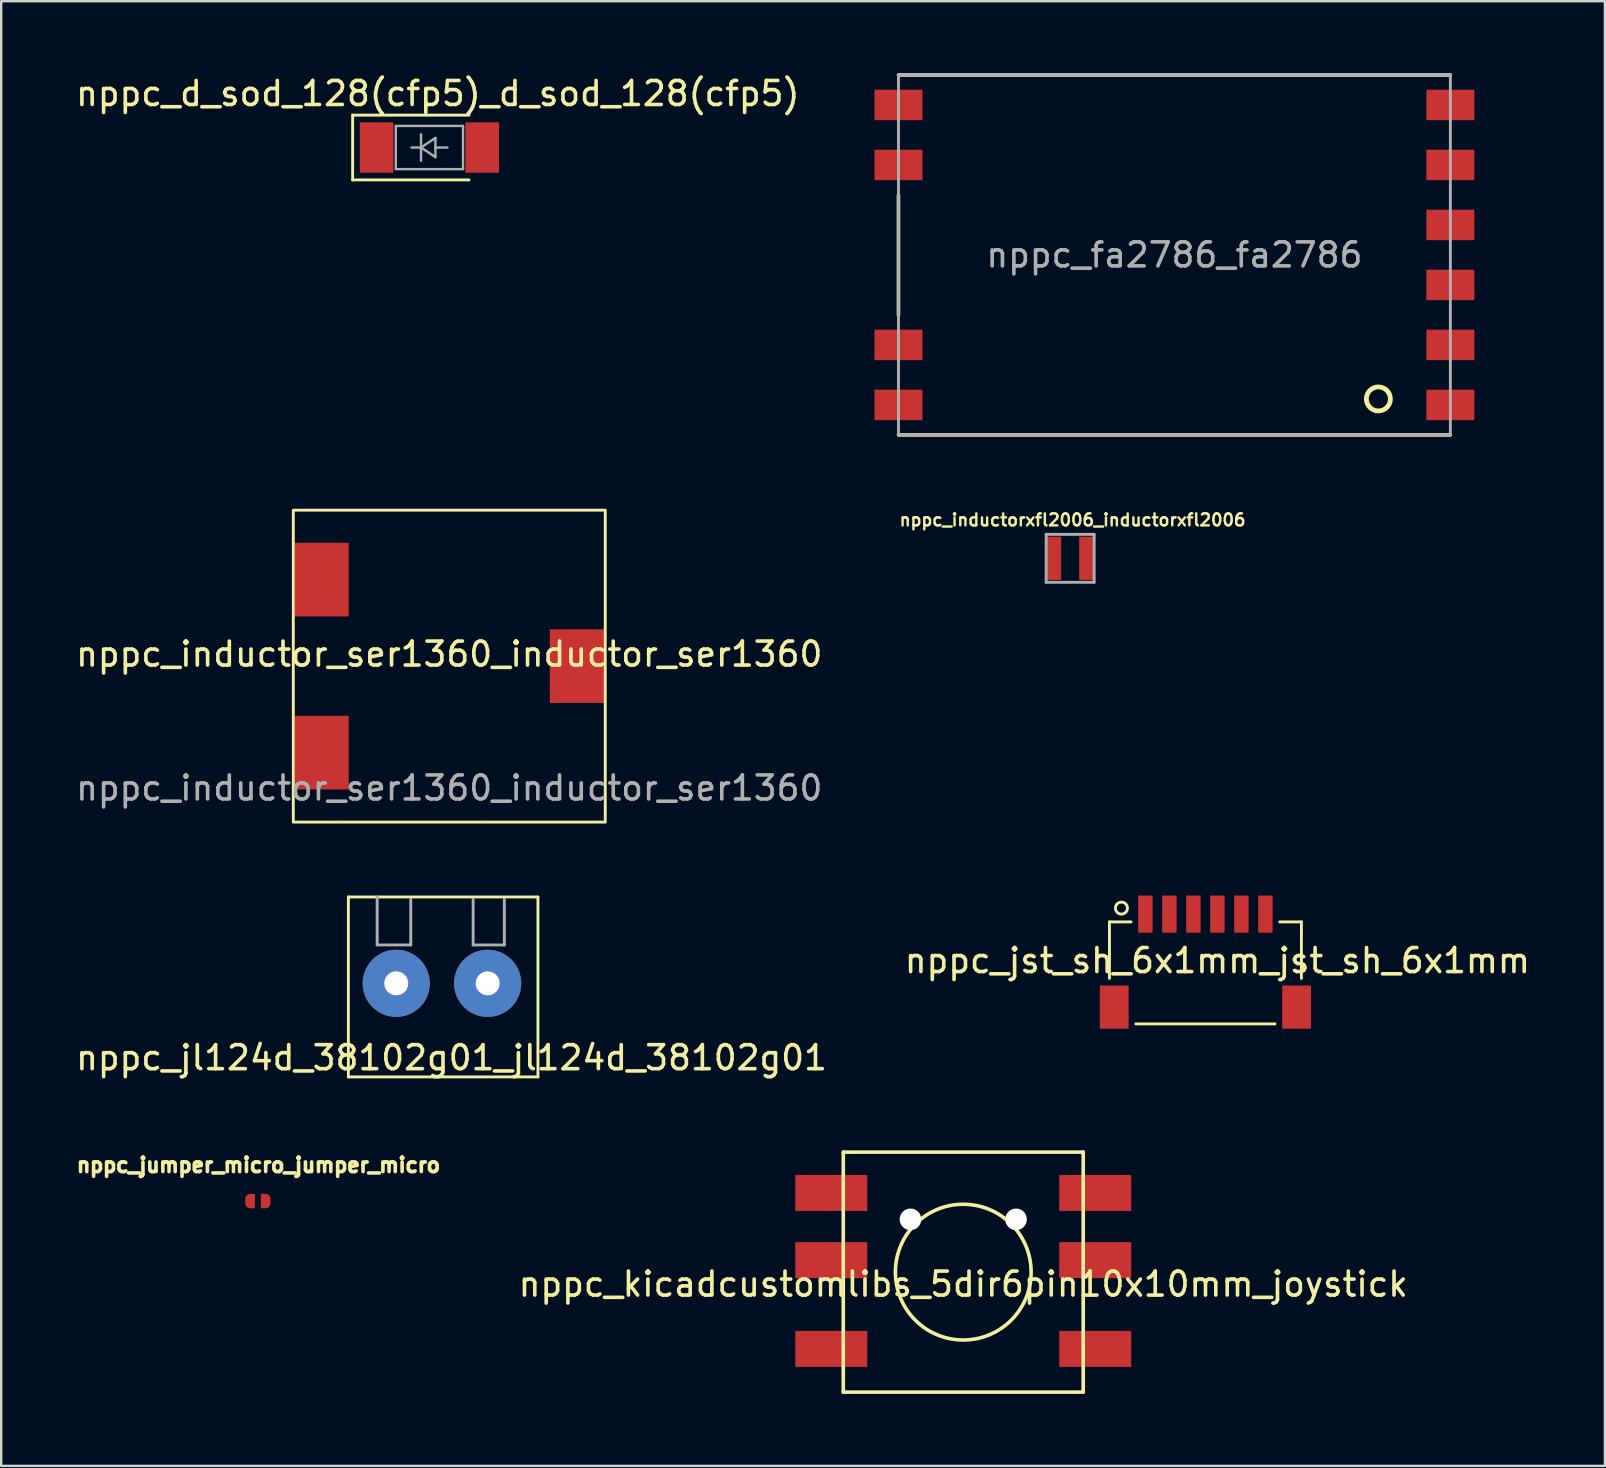
<source format=kicad_pcb>
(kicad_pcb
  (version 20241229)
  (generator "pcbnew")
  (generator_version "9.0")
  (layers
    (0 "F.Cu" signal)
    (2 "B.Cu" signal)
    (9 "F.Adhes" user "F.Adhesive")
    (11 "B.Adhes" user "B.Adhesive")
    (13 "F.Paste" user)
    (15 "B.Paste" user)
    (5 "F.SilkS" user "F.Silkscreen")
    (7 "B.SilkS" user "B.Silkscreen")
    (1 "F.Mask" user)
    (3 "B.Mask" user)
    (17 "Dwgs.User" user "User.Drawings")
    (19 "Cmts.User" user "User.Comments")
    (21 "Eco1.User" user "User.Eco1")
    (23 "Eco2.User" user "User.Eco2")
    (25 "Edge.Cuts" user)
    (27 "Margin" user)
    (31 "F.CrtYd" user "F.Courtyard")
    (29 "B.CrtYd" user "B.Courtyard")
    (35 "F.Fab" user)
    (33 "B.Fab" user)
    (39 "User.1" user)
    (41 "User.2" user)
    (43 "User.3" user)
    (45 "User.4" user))
  (footprint "nppc_jst_sh_6x1mm_jst_sh_6x1mm"
    (layer "F.Cu")
    (at 47.185 36.983)
    (property "Reference" "nppc_jst_sh_6x1mm_jst_sh_6x1mm" (at 0.5 0 0) (layer "F.SilkS") (effects (font (size 1 1) (thickness 0.15))))
    (attr smd)
    (fp_line (start -4 -1.613) (end -3.1 -1.613) (stroke (width 0.12) (type solid)) (layer "F.SilkS"))
    (fp_line (start -4 -0.412) (end -4 -0.412) (stroke (width 0.12) (type solid)) (layer "F.SilkS"))
    (fp_line (start -4 0.738) (end -4 -1.613) (stroke (width 0.12) (type solid)) (layer "F.SilkS"))
    (fp_line (start -2.9 2.638) (end 2.9 2.638) (stroke (width 0.12) (type solid)) (layer "F.SilkS"))
    (fp_line (start 4 -1.613) (end 3.1 -1.613) (stroke (width 0.12) (type solid)) (layer "F.SilkS"))
    (fp_line (start 4 -1.113) (end 4 -1.113) (stroke (width 0.12) (type solid)) (layer "F.SilkS"))
    (fp_line (start 4 0.738) (end 4 -1.613) (stroke (width 0.12) (type solid)) (layer "F.SilkS"))
    (fp_circle (center -3.5 -2.188) (end -3.25 -2.188) (stroke (width 0.12) (type solid)) (fill no) (layer "F.SilkS"))
    (pad "" smd rect (at -3.8 1.938) (size 1.2 1.8) (layers "F.Cu" "F.Mask" "F.Paste"))
    (pad "" smd rect (at 3.8 1.938) (size 1.2 1.8) (layers "F.Cu" "F.Mask" "F.Paste"))
    (pad "1" smd rect (at -2.5 -1.938) (size 0.6 1.55) (layers "F.Cu" "F.Mask" "F.Paste"))
    (pad "2" smd rect (at -1.5 -1.938) (size 0.6 1.55) (layers "F.Cu" "F.Mask" "F.Paste"))
    (pad "3" smd rect (at -0.5 -1.938) (size 0.6 1.55) (layers "F.Cu" "F.Mask" "F.Paste"))
    (pad "4" smd rect (at 0.5 -1.938) (size 0.6 1.55) (layers "F.Cu" "F.Mask" "F.Paste"))
    (pad "5" smd rect (at 1.5 -1.938) (size 0.6 1.55) (layers "F.Cu" "F.Mask" "F.Paste"))
    (pad "6" smd rect (at 2.5 -1.938) (size 0.6 1.55) (layers "F.Cu" "F.Mask" "F.Paste")))
  (footprint "nppc_jumper_micro_jumper_micro"
    (layer "F.Cu")
    (at 7.722 47.004)
    (property "Reference" "nppc_jumper_micro_jumper_micro" (at 0 -1.5 0) (layer "F.SilkS") (effects (font (size 0.6 0.6) (thickness 0.15))))
    (attr exclude_from_pos_files exclude_from_bom)
    (pad "1" smd custom (at -0.35 0) (size 0.4 0.25) (layers "F.Cu" "F.Mask") (options (anchor rect)) (primitives (gr_circle (center 0 0.1) (end 0.2 0.1) (width 0) (fill yes)) (gr_circle (center 0 -0.1) (end 0.2 -0.1) (width 0) (fill yes)) (gr_poly (pts (xy 0 -0.3) (xy 0.2 -0.3) (xy 0.2 0.3) (xy 0 0.3)) (width 0) (fill yes))))
    (pad "2" smd custom (at 0.3 0 180) (size 0.4 0.25) (layers "F.Cu" "F.Mask") (options (anchor rect)) (primitives (gr_circle (center 0 0.1) (end 0.2 0.1) (width 0) (fill yes)) (gr_circle (center 0 -0.1) (end 0.2 -0.1) (width 0) (fill yes)) (gr_poly (pts (xy 0 -0.3) (xy 0.2 -0.3) (xy 0.2 0.3) (xy 0 0.3)) (width 0) (fill yes)))))
  (footprint "nppc_jl124d_38102g01_jl124d_38102g01"
    (layer "F.Cu")
    (at 15.368 37.93)
    (property "Reference" "nppc_jl124d_38102g01_jl124d_38102g01" (at 0.4 3.1 0) (layer "F.SilkS") (effects (font (size 1 1) (thickness 0.15))))
    (attr through_hole)
    (fp_line (start -3.9 -3.6) (end 4 -3.6) (stroke (width 0.12) (type solid)) (layer "F.SilkS"))
    (fp_line (start -3.9 3.9) (end -3.9 -3.6) (stroke (width 0.12) (type solid)) (layer "F.SilkS"))
    (fp_line (start 4 -3.6) (end 4 3.9) (stroke (width 0.12) (type solid)) (layer "F.SilkS"))
    (fp_line (start 4 3.9) (end -3.9 3.9) (stroke (width 0.12) (type solid)) (layer "F.SilkS"))
    (fp_line (start -2.7 -3.6) (end -2.7 -1.6) (stroke (width 0.12) (type solid)) (layer "F.Fab"))
    (fp_line (start -2.7 -1.6) (end -1.3 -1.6) (stroke (width 0.12) (type solid)) (layer "F.Fab"))
    (fp_line (start -1.3 -1.6) (end -1.3 -3.5) (stroke (width 0.12) (type solid)) (layer "F.Fab"))
    (fp_line (start 1.3 -1.6) (end 1.3 -3.5) (stroke (width 0.12) (type solid)) (layer "F.Fab"))
    (fp_line (start 2.6 -3.5) (end 2.6 -1.6) (stroke (width 0.12) (type solid)) (layer "F.Fab"))
    (fp_line (start 2.6 -1.6) (end 1.3 -1.6) (stroke (width 0.12) (type solid)) (layer "F.Fab"))
    (pad "1" thru_hole circle (at -1.905 0) (size 2.8 2.8) (drill 1) (layers "*.Cu" "*.Mask"))
    (pad "2" thru_hole circle (at 1.905 0) (size 2.8 2.8) (drill 1) (layers "*.Cu" "*.Mask")))
  (footprint "nppc_kicadcustomlibs_5dir6pin10x10mm_joystick"
    (layer "F.Cu")
    (at 37.093 49.965)
    (property "Reference" "nppc_kicadcustomlibs_5dir6pin10x10mm_joystick" (at 0 0.5 0) (layer "F.SilkS") (effects (font (size 1 1) (thickness 0.15))))
    (attr through_hole)
    (fp_line (start -5 -5) (end 5 -5) (stroke (width 0.15) (type solid)) (layer "F.SilkS"))
    (fp_line (start -5 5) (end -5 -5) (stroke (width 0.15) (type solid)) (layer "F.SilkS"))
    (fp_line (start 5 -5) (end 5 5) (stroke (width 0.15) (type solid)) (layer "F.SilkS"))
    (fp_line (start 5 5) (end -5 5) (stroke (width 0.15) (type solid)) (layer "F.SilkS"))
    (fp_circle (center 0 0) (end 2 2) (stroke (width 0.15) (type solid)) (fill no) (layer "F.SilkS"))
    (pad "" np_thru_hole circle (at -2.2 -2.2) (size 0.9 0.9) (drill 0.9) (layers "*.Cu" "*.Mask"))
    (pad "" np_thru_hole circle (at 2.2 -2.2) (size 0.9 0.9) (drill 0.9) (layers "*.Cu" "*.Mask"))
    (pad "1" smd rect (at -5.5 -3.3) (size 3 1.5) (layers "F.Cu" "F.Mask" "F.Paste"))
    (pad "2" smd rect (at -5.5 -0.5) (size 3 1.5) (layers "F.Cu" "F.Mask" "F.Paste"))
    (pad "3" smd rect (at -5.5 3.2) (size 3 1.5) (layers "F.Cu" "F.Mask" "F.Paste"))
    (pad "4" smd rect (at 5.5 -3.3) (size 3 1.5) (layers "F.Cu" "F.Mask" "F.Paste"))
    (pad "5" smd rect (at 5.5 -0.5) (size 3 1.5) (layers "F.Cu" "F.Mask" "F.Paste"))
    (pad "6" smd rect (at 5.5 3.2) (size 3 1.5) (layers "F.Cu" "F.Mask" "F.Paste")))
  (footprint "nppc_inductorxfl2006_inductorxfl2006"
    (layer "F.Cu")
    (at 41.548 20.218)
    (property "Reference" "nppc_inductorxfl2006_inductorxfl2006" (at 0.1 -1.6 0) (layer "F.SilkS") (effects (font (size 0.5 0.5) (thickness 0.1))))
    (attr through_hole)
    (fp_line (start -1 -1) (end 1 -1) (stroke (width 0.12) (type solid)) (layer "F.Fab"))
    (fp_line (start -1 1) (end -1 -1) (stroke (width 0.12) (type solid)) (layer "F.Fab"))
    (fp_line (start 1 -1) (end 1 1) (stroke (width 0.12) (type solid)) (layer "F.Fab"))
    (fp_line (start 1 1) (end -1 1) (stroke (width 0.12) (type solid)) (layer "F.Fab"))
    (pad "1" smd rect (at -0.675 0) (size 0.6 1.8) (layers "F.Cu" "F.Mask" "F.Paste"))
    (pad "2" smd rect (at 0.675 0) (size 0.6 1.8) (layers "F.Cu" "F.Mask" "F.Paste")))
  (footprint "nppc_inductor_ser1360_inductor_ser1360"
    (layer "F.Cu")
    (at 15.673 24.71)
    (property "Reference" "nppc_inductor_ser1360_inductor_ser1360" (at 0 -0.5 0) (unlocked yes) (layer "F.SilkS") (effects (font (size 1 1) (thickness 0.15))))
    (attr smd)
    (fp_rect (start -6.5 -6.5) (end 6.5 6.5) (stroke (width 0.12) (type solid)) (fill no) (layer "F.SilkS"))
    (fp_text user "${REFERENCE}" (at 0 5.08 0) (unlocked yes) (layer "F.Fab") (effects (font (size 1 1) (thickness 0.15))))
    (pad "1" smd rect (at -5.32 -3.605) (size 2.26 3.07) (layers "F.Cu" "F.Mask" "F.Paste"))
    (pad "2" smd rect (at -5.32 3.605 180) (size 2.26 3.07) (layers "F.Cu" "F.Mask" "F.Paste"))
    (pad "3" smd rect (at 5.32 0 180) (size 2.26 3.07) (layers "F.Cu" "F.Mask" "F.Paste")))
  (footprint "nppc_fa2786_fa2786"
    (layer "F.Cu")
    (at 45.893 7.575)
    (property "Reference" "nppc_fa2786_fa2786" (at 0 0 0) (layer "F.Fab") (effects (font (size 1 1) (thickness 0.15))))
    (attr through_hole)
    (fp_line (start -11.5 -7.5) (end 11.5 -7.5) (stroke (width 0.15) (type solid)) (layer "F.SilkS"))
    (fp_line (start -11.5 -2.5) (end -11.5 2.5) (stroke (width 0.15) (type solid)) (layer "F.SilkS"))
    (fp_line (start -11.5 7.5) (end 11.5 7.5) (stroke (width 0.15) (type solid)) (layer "F.SilkS"))
    (fp_circle (center 8.5 6) (end 9 6) (stroke (width 0.2) (type solid)) (fill no) (layer "F.SilkS"))
    (fp_line (start -11.5 -7.5) (end 11.5 -7.5) (stroke (width 0.12) (type solid)) (layer "F.Fab"))
    (fp_line (start -11.5 7.5) (end -11.5 -7.5) (stroke (width 0.12) (type solid)) (layer "F.Fab"))
    (fp_line (start 11.5 -7.5) (end 11.5 7.5) (stroke (width 0.12) (type solid)) (layer "F.Fab"))
    (fp_line (start 11.5 7.5) (end -11.5 7.5) (stroke (width 0.12) (type solid)) (layer "F.Fab"))
    (pad "" smd rect (at -11.5 -6.25) (size 2 1.27) (layers "F.Cu" "F.Mask" "F.Paste"))
    (pad "" smd rect (at -11.5 3.75) (size 2 1.27) (layers "F.Cu" "F.Mask" "F.Paste"))
    (pad "" smd rect (at -11.5 6.25) (size 2 1.27) (layers "F.Cu" "F.Mask" "F.Paste"))
    (pad "" smd rect (at 11.5 -3.75) (size 2 1.27) (layers "F.Cu" "F.Mask" "F.Paste"))
    (pad "" smd rect (at 11.5 1.25) (size 2 1.27) (layers "F.Cu" "F.Mask" "F.Paste"))
    (pad "" smd rect (at 11.5 3.75) (size 2 1.27) (layers "F.Cu" "F.Mask" "F.Paste"))
    (pad "1" smd rect (at 11.5 6.25) (size 2 1.27) (layers "F.Cu" "F.Mask" "F.Paste"))
    (pad "2" smd rect (at 11.5 -1.25) (size 2 1.27) (layers "F.Cu" "F.Mask" "F.Paste"))
    (pad "3" smd rect (at -11.5 -3.75) (size 2 1.27) (layers "F.Cu" "F.Mask" "F.Paste"))
    (pad "4" smd rect (at 11.5 -6.25) (size 2 1.27) (layers "F.Cu" "F.Mask" "F.Paste")))
  (footprint "nppc_d_sod_128(cfp5)_d_sod_128(cfp5)"
    (layer "F.Cu")
    (at 14.846 3.098)
    (property "Reference" "nppc_d_sod_128(cfp5)_d_sod_128(cfp5)" (at 0.35 -2.25 0) (layer "F.SilkS") (effects (font (size 1 1) (thickness 0.15))))
    (attr smd)
    (fp_line (start -3.2 -1.35) (end -3.2 1.35) (stroke (width 0.12) (type solid)) (layer "F.SilkS"))
    (fp_line (start -3.2 -1.35) (end 1.65 -1.35) (stroke (width 0.12) (type solid)) (layer "F.SilkS"))
    (fp_line (start -3.2 1.35) (end 1.65 1.35) (stroke (width 0.12) (type solid)) (layer "F.SilkS"))
    (fp_line (start -1.4 -0.9) (end 1.4 -0.9) (stroke (width 0.1) (type solid)) (layer "F.Fab"))
    (fp_line (start -1.4 0.9) (end -1.4 -0.9) (stroke (width 0.1) (type solid)) (layer "F.Fab"))
    (fp_line (start -0.75 0) (end -0.35 0) (stroke (width 0.1) (type solid)) (layer "F.Fab"))
    (fp_line (start -0.35 0) (end -0.35 -0.55) (stroke (width 0.1) (type solid)) (layer "F.Fab"))
    (fp_line (start -0.35 0) (end -0.35 0.55) (stroke (width 0.1) (type solid)) (layer "F.Fab"))
    (fp_line (start -0.35 0) (end 0.25 -0.4) (stroke (width 0.1) (type solid)) (layer "F.Fab"))
    (fp_line (start 0.25 -0.4) (end 0.25 0.4) (stroke (width 0.1) (type solid)) (layer "F.Fab"))
    (fp_line (start 0.25 0) (end 0.75 0) (stroke (width 0.1) (type solid)) (layer "F.Fab"))
    (fp_line (start 0.25 0.4) (end -0.35 0) (stroke (width 0.1) (type solid)) (layer "F.Fab"))
    (fp_line (start 1.4 -0.9) (end 1.4 0.9) (stroke (width 0.1) (type solid)) (layer "F.Fab"))
    (fp_line (start 1.4 0.9) (end -1.4 0.9) (stroke (width 0.1) (type solid)) (layer "F.Fab"))
    (pad "1" smd rect (at -2.2 0) (size 1.4 2.1) (layers "F.Cu" "F.Mask" "F.Paste"))
    (pad "2" smd rect (at 2.2 0) (size 1.4 2.1) (layers "F.Cu" "F.Mask" "F.Paste")))
  (gr_rect
    (start -3 -3)
    (end 63.833 58.04)
    (stroke (width 0.1) (type default))
    (fill no)
    (layer "Edge.Cuts")))
</source>
